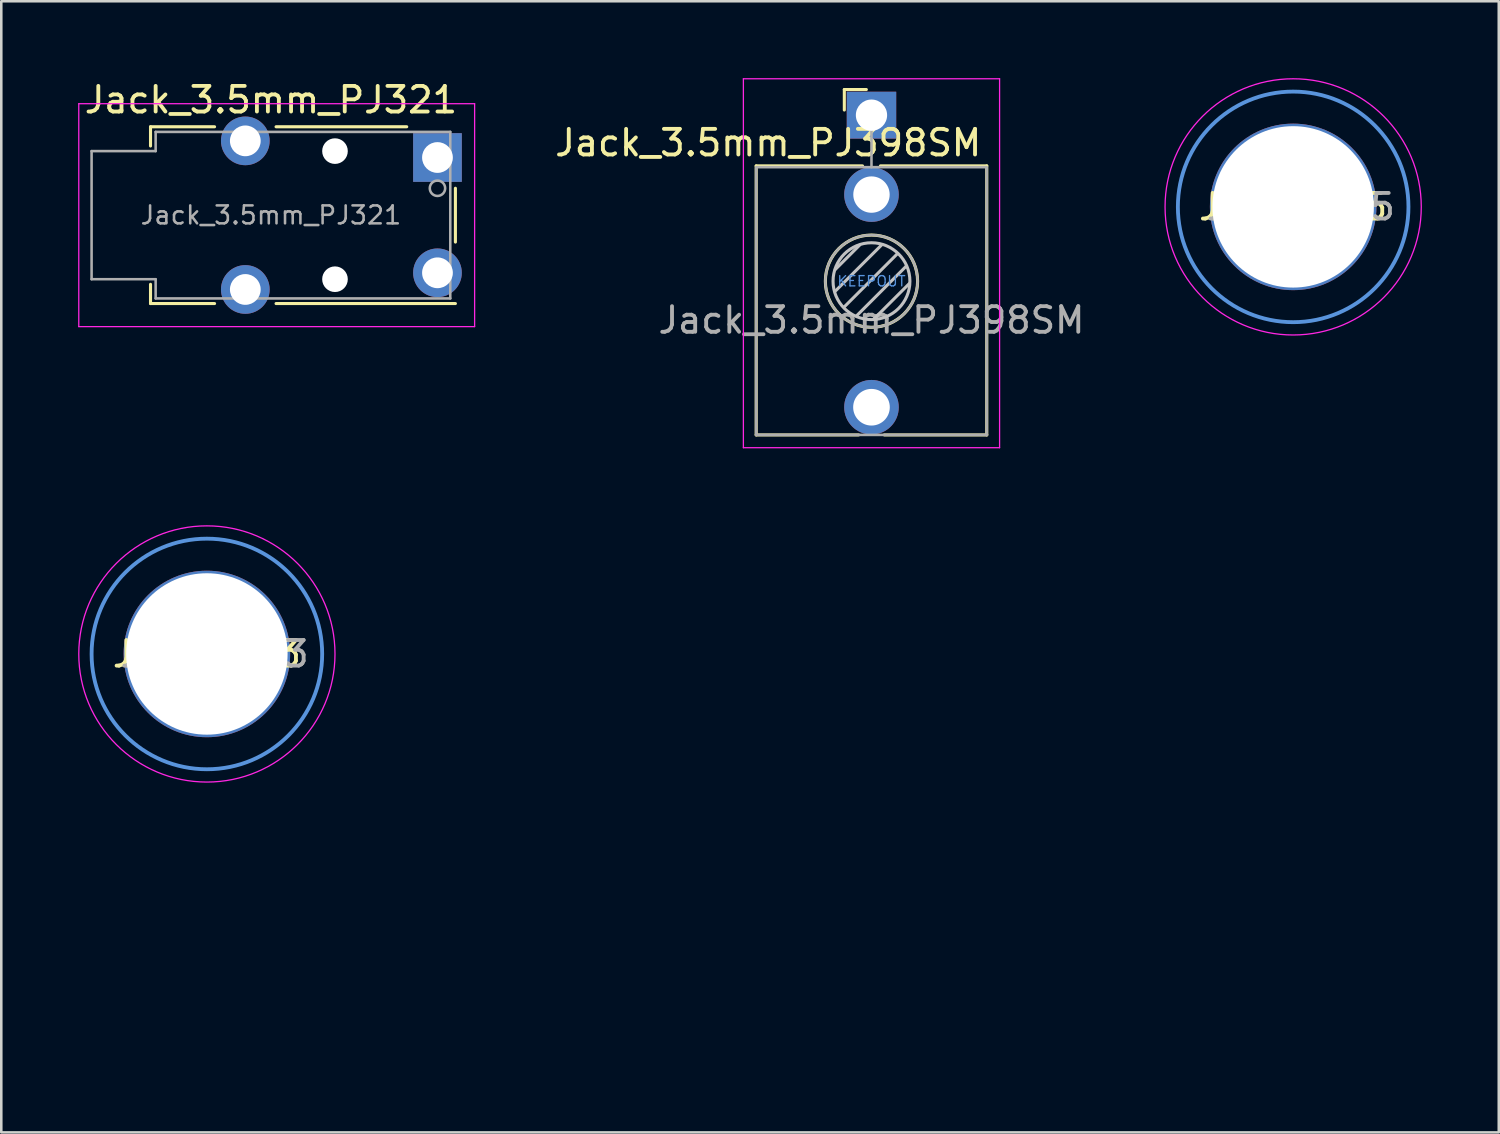
<source format=kicad_pcb>
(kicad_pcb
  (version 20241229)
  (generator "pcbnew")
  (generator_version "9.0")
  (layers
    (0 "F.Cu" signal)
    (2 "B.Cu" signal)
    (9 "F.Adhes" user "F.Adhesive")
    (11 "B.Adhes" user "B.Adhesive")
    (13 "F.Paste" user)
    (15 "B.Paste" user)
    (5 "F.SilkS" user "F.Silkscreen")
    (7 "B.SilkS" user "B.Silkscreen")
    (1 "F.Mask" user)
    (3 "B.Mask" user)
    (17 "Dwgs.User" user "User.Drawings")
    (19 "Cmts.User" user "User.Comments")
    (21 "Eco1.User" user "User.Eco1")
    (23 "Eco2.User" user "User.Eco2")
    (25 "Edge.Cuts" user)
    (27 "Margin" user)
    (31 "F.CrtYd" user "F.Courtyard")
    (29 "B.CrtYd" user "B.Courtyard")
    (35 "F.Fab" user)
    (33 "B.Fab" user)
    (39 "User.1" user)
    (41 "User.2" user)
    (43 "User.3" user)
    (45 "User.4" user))
  (footprint "Jack_3m5"
    (layer "F.Cu")
    (at 47.424 5.025)
    (property "Reference" "Jack_3m5" (at 0 0 0) (layer "F.SilkS") (effects (font (size 1 1) (thickness 0.15))))
    (attr exclude_from_pos_files exclude_from_bom)
    (fp_circle (center 0 0) (end 4.5 0) (stroke (width 0.15) (type solid)) (fill no) (layer "Cmts.User"))
    (fp_circle (center 0 0) (end 5 0) (stroke (width 0.05) (type solid)) (fill no) (layer "F.CrtYd"))
    (fp_text user "${REFERENCE}" (at 0.3 0 0) (layer "F.Fab") (effects (font (size 1 1) (thickness 0.15))))
    (pad "1" thru_hole circle (at 0 0) (size 6.5 6.5) (drill 6.3) (layers "*.Cu" "*.Mask")))
  (footprint "Jack_6m3"
    (layer "F.Cu")
    (at 5.025 22.475)
    (property "Reference" "Jack_6m3" (at 0 0 0) (layer "F.SilkS") (effects (font (size 1 1) (thickness 0.15))))
    (attr exclude_from_pos_files exclude_from_bom)
    (fp_circle (center 0 0) (end 4.5 0) (stroke (width 0.15) (type solid)) (fill no) (layer "Cmts.User"))
    (fp_circle (center 0 0) (end 5 0) (stroke (width 0.05) (type solid)) (fill no) (layer "F.CrtYd"))
    (fp_text user "${REFERENCE}" (at 0.3 0 0) (layer "F.Fab") (effects (font (size 1 1) (thickness 0.15))))
    (pad "1" thru_hole circle (at 0 0) (size 6.5 6.5) (drill 6.3) (layers "*.Cu" "*.Mask")))
  (footprint "Johansen_engineering_soldermask_20mm"
    (layer "F.Cu")
    (at 23.883 32.231)
    (property "Reference" "Johansen_engineering_soldermask_20mm" (at 0 4.5 0) (layer "F.Mask") (effects (font (size 1.524 1.524) (thickness 0.3))))
    (attr through_hole)
    (fp_poly (pts (xy 7.935 -0.009) (xy 7.959 0.032) (xy 7.96 0.077) (xy 7.941 0.117) (xy 7.934 0.125) (xy 7.904 0.152) (xy -5.281 0.152) (xy -5.308 0.119) (xy -5.326 0.087) (xy -5.334 0.057) (xy -5.334 0.057) (xy -5.326 0.027) (xy -5.308 -0.004) (xy -5.308 -0.005) (xy -5.281 -0.038) (xy 1.313 -0.038) (xy 7.908 -0.038) (xy 7.935 -0.009)) (stroke (width 0.01) (type solid)) (fill yes) (layer "F.Mask"))
    (fp_poly (pts (xy -7.756 -0.036) (xy -7.708 -0.027) (xy -7.678 -0.01) (xy -7.662 0.018) (xy -7.658 0.057) (xy -7.662 0.097) (xy -7.678 0.124) (xy -7.707 0.141) (xy -7.755 0.15) (xy -7.824 0.152) (xy -7.827 0.152) (xy -7.884 0.152) (xy -7.922 0.149) (xy -7.946 0.144) (xy -7.963 0.133) (xy -7.973 0.123) (xy -7.997 0.082) (xy -7.998 0.037) (xy -7.979 -0.003) (xy -7.972 -0.01) (xy -7.954 -0.024) (xy -7.933 -0.032) (xy -7.902 -0.036) (xy -7.855 -0.038) (xy -7.826 -0.038) (xy -7.756 -0.036)) (stroke (width 0.01) (type solid)) (fill yes) (layer "F.Mask"))
    (fp_poly (pts (xy -6.944 -0.976) (xy -6.91 -0.956) (xy -6.892 -0.924) (xy -6.89 -0.907) (xy -6.889 -0.867) (xy -6.888 -0.805) (xy -6.887 -0.724) (xy -6.886 -0.625) (xy -6.885 -0.512) (xy -6.885 -0.385) (xy -6.884 -0.247) (xy -6.884 -0.099) (xy -6.884 0.055) (xy -6.884 0.074) (xy -6.883 1.043) (xy -6.915 1.074) (xy -6.951 1.1) (xy -6.987 1.101) (xy -7.028 1.079) (xy -7.028 1.079) (xy -7.061 1.052) (xy -7.061 0.068) (xy -7.061 -0.141) (xy -7.061 -0.325) (xy -7.06 -0.485) (xy -7.059 -0.62) (xy -7.057 -0.731) (xy -7.055 -0.818) (xy -7.053 -0.882) (xy -7.051 -0.923) (xy -7.048 -0.941) (xy -7.048 -0.941) (xy -7.02 -0.969) (xy -6.983 -0.981) (xy -6.944 -0.976)) (stroke (width 0.01) (type solid)) (fill yes) (layer "F.Mask"))
    (fp_poly (pts (xy -7.295 -0.287) (xy -7.263 -0.268) (xy -7.253 -0.259) (xy -7.246 -0.25) (xy -7.24 -0.235) (xy -7.236 -0.213) (xy -7.234 -0.179) (xy -7.232 -0.13) (xy -7.23 -0.064) (xy -7.229 0.024) (xy -7.229 0.05) (xy -7.225 0.343) (xy -7.257 0.375) (xy -7.297 0.401) (xy -7.336 0.403) (xy -7.374 0.38) (xy -7.376 0.377) (xy -7.385 0.367) (xy -7.392 0.355) (xy -7.397 0.337) (xy -7.4 0.312) (xy -7.402 0.274) (xy -7.404 0.222) (xy -7.404 0.15) (xy -7.404 0.057) (xy -7.404 0.055) (xy -7.404 -0.038) (xy -7.404 -0.109) (xy -7.403 -0.162) (xy -7.401 -0.199) (xy -7.397 -0.225) (xy -7.393 -0.242) (xy -7.386 -0.253) (xy -7.377 -0.262) (xy -7.375 -0.264) (xy -7.336 -0.288) (xy -7.295 -0.287)) (stroke (width 0.01) (type solid)) (fill yes) (layer "F.Mask"))
    (fp_poly (pts (xy -5.9 -0.972) (xy -5.878 -0.953) (xy -5.874 -0.947) (xy -5.87 -0.938) (xy -5.867 -0.926) (xy -5.864 -0.907) (xy -5.862 -0.882) (xy -5.86 -0.847) (xy -5.858 -0.801) (xy -5.857 -0.743) (xy -5.856 -0.67) (xy -5.856 -0.582) (xy -5.855 -0.475) (xy -5.855 -0.349) (xy -5.855 -0.203) (xy -5.855 -0.033) (xy -5.855 0.059) (xy -5.855 1.043) (xy -5.886 1.074) (xy -5.924 1.1) (xy -5.961 1.101) (xy -5.999 1.076) (xy -6.001 1.074) (xy -6.032 1.043) (xy -6.032 0.059) (xy -6.032 -0.122) (xy -6.032 -0.28) (xy -6.032 -0.416) (xy -6.032 -0.532) (xy -6.031 -0.629) (xy -6.031 -0.709) (xy -6.029 -0.774) (xy -6.028 -0.826) (xy -6.026 -0.866) (xy -6.024 -0.896) (xy -6.022 -0.918) (xy -6.019 -0.933) (xy -6.015 -0.943) (xy -6.011 -0.95) (xy -6.009 -0.953) (xy -5.975 -0.978) (xy -5.944 -0.982) (xy -5.9 -0.972)) (stroke (width 0.01) (type solid)) (fill yes) (layer "F.Mask"))
    (fp_poly (pts (xy -6.229 -1.306) (xy -6.224 -1.3) (xy -6.22 -1.294) (xy -6.216 -1.288) (xy -6.213 -1.279) (xy -6.21 -1.266) (xy -6.207 -1.248) (xy -6.205 -1.223) (xy -6.203 -1.19) (xy -6.202 -1.148) (xy -6.201 -1.094) (xy -6.2 -1.027) (xy -6.199 -0.946) (xy -6.198 -0.85) (xy -6.198 -0.736) (xy -6.198 -0.604) (xy -6.198 -0.452) (xy -6.198 -0.279) (xy -6.198 -0.083) (xy -6.198 0.063) (xy -6.198 1.393) (xy -6.227 1.42) (xy -6.267 1.443) (xy -6.309 1.444) (xy -6.347 1.423) (xy -6.35 1.42) (xy -6.354 1.415) (xy -6.357 1.409) (xy -6.361 1.401) (xy -6.363 1.388) (xy -6.366 1.371) (xy -6.368 1.346) (xy -6.37 1.312) (xy -6.371 1.269) (xy -6.372 1.215) (xy -6.373 1.147) (xy -6.374 1.066) (xy -6.375 0.969) (xy -6.375 0.854) (xy -6.375 0.721) (xy -6.375 0.568) (xy -6.375 0.393) (xy -6.375 0.196) (xy -6.375 0.057) (xy -6.375 -1.278) (xy -6.346 -1.306) (xy -6.306 -1.33) (xy -6.265 -1.33) (xy -6.229 -1.306)) (stroke (width 0.01) (type solid)) (fill yes) (layer "F.Mask"))
    (fp_poly (pts (xy -6.586 -0.627) (xy -6.584 -0.625) (xy -6.574 -0.618) (xy -6.566 -0.608) (xy -6.559 -0.593) (xy -6.554 -0.571) (xy -6.55 -0.54) (xy -6.546 -0.498) (xy -6.544 -0.443) (xy -6.542 -0.373) (xy -6.541 -0.285) (xy -6.541 -0.177) (xy -6.541 -0.048) (xy -6.54 0.067) (xy -6.541 0.209) (xy -6.541 0.328) (xy -6.541 0.426) (xy -6.542 0.505) (xy -6.543 0.568) (xy -6.544 0.616) (xy -6.546 0.652) (xy -6.549 0.677) (xy -6.552 0.695) (xy -6.556 0.707) (xy -6.561 0.715) (xy -6.566 0.722) (xy -6.601 0.744) (xy -6.642 0.75) (xy -6.68 0.738) (xy -6.699 0.721) (xy -6.703 0.712) (xy -6.707 0.698) (xy -6.71 0.676) (xy -6.712 0.645) (xy -6.714 0.602) (xy -6.716 0.545) (xy -6.717 0.473) (xy -6.718 0.383) (xy -6.718 0.272) (xy -6.718 0.14) (xy -6.718 0.054) (xy -6.718 -0.089) (xy -6.718 -0.21) (xy -6.718 -0.309) (xy -6.717 -0.39) (xy -6.716 -0.454) (xy -6.715 -0.503) (xy -6.713 -0.539) (xy -6.71 -0.565) (xy -6.707 -0.583) (xy -6.703 -0.595) (xy -6.698 -0.604) (xy -6.693 -0.61) (xy -6.66 -0.629) (xy -6.62 -0.635) (xy -6.586 -0.627)) (stroke (width 0.01) (type solid)) (fill yes) (layer "F.Mask"))
    (fp_poly (pts (xy -5.57 -0.616) (xy -5.563 -0.61) (xy -5.557 -0.603) (xy -5.552 -0.595) (xy -5.548 -0.583) (xy -5.545 -0.564) (xy -5.542 -0.537) (xy -5.541 -0.5) (xy -5.539 -0.45) (xy -5.538 -0.386) (xy -5.538 -0.304) (xy -5.537 -0.204) (xy -5.537 -0.082) (xy -5.537 0.054) (xy -5.537 0.2) (xy -5.538 0.323) (xy -5.538 0.424) (xy -5.539 0.507) (xy -5.54 0.572) (xy -5.542 0.622) (xy -5.544 0.66) (xy -5.547 0.687) (xy -5.55 0.705) (xy -5.554 0.717) (xy -5.557 0.721) (xy -5.587 0.744) (xy -5.626 0.75) (xy -5.666 0.739) (xy -5.689 0.722) (xy -5.695 0.715) (xy -5.7 0.706) (xy -5.704 0.694) (xy -5.707 0.676) (xy -5.71 0.649) (xy -5.712 0.613) (xy -5.713 0.564) (xy -5.714 0.5) (xy -5.715 0.42) (xy -5.715 0.32) (xy -5.715 0.2) (xy -5.715 0.057) (xy -5.715 -0.086) (xy -5.715 -0.207) (xy -5.715 -0.306) (xy -5.714 -0.386) (xy -5.713 -0.45) (xy -5.712 -0.499) (xy -5.71 -0.535) (xy -5.707 -0.561) (xy -5.704 -0.58) (xy -5.7 -0.592) (xy -5.695 -0.6) (xy -5.689 -0.607) (xy -5.652 -0.63) (xy -5.609 -0.633) (xy -5.57 -0.616)) (stroke (width 0.01) (type solid)) (fill yes) (layer "F.Mask"))
    (fp_text user "Johansen Engineering" (at 1.5 -1 0) (layer "F.Mask") (effects (font (size 0.8 0.8) (thickness 0.15)))))
  (footprint "Jack_3.5mm_PJ398SM"
    (layer "F.Cu")
    (at 30.965 1.445)
    (property "Reference" "Jack_3.5mm_PJ398SM" (at -4.03 1.08 180) (layer "F.SilkS") (effects (font (size 1 1) (thickness 0.15))))
    (attr through_hole)
    (fp_line (start -4.5 1.98) (end -4.5 12.48) (stroke (width 0.12) (type solid)) (layer "F.SilkS"))
    (fp_line (start -1.06 -1) (end -1.06 -0.2) (stroke (width 0.12) (type solid)) (layer "F.SilkS"))
    (fp_line (start -1.06 -1) (end -0.2 -1) (stroke (width 0.12) (type solid)) (layer "F.SilkS"))
    (fp_line (start -0.5 12.48) (end -4.5 12.48) (stroke (width 0.12) (type solid)) (layer "F.SilkS"))
    (fp_line (start -0.35 1.98) (end -4.5 1.98) (stroke (width 0.12) (type solid)) (layer "F.SilkS"))
    (fp_line (start 4.5 1.98) (end 0.35 1.98) (stroke (width 0.12) (type solid)) (layer "F.SilkS"))
    (fp_line (start 4.5 1.98) (end 4.5 12.48) (stroke (width 0.12) (type solid)) (layer "F.SilkS"))
    (fp_line (start 4.5 12.48) (end 0.5 12.48) (stroke (width 0.12) (type solid)) (layer "F.SilkS"))
    (fp_circle (center 0 6.48) (end 1.8 6.48) (stroke (width 0.12) (type solid)) (fill no) (layer "F.SilkS"))
    (fp_line (start -1.42 6.875) (end 0.4 5.06) (stroke (width 0.12) (type solid)) (layer "Dwgs.User"))
    (fp_line (start -1.41 6.02) (end -0.46 5.07) (stroke (width 0.12) (type solid)) (layer "Dwgs.User"))
    (fp_line (start -1.07 7.49) (end 1.01 5.41) (stroke (width 0.12) (type solid)) (layer "Dwgs.User"))
    (fp_line (start -0.58 7.83) (end 1.36 5.89) (stroke (width 0.12) (type solid)) (layer "Dwgs.User"))
    (fp_line (start 0.09 7.96) (end 1.48 6.57) (stroke (width 0.12) (type solid)) (layer "Dwgs.User"))
    (fp_circle (center 0 6.48) (end 1.5 6.48) (stroke (width 0.12) (type solid)) (fill no) (layer "Dwgs.User"))
    (fp_line (start -5 12.98) (end -5 -1.42) (stroke (width 0.05) (type solid)) (layer "F.CrtYd"))
    (fp_line (start 5 -1.42) (end -5 -1.42) (stroke (width 0.05) (type solid)) (layer "F.CrtYd"))
    (fp_line (start 5 12.98) (end -5 12.98) (stroke (width 0.05) (type solid)) (layer "F.CrtYd"))
    (fp_line (start 5 12.98) (end 5 -1.42) (stroke (width 0.05) (type solid)) (layer "F.CrtYd"))
    (fp_line (start -4.5 12.48) (end -4.5 2.08) (stroke (width 0.1) (type solid)) (layer "F.Fab"))
    (fp_line (start 0 0) (end 0 2.03) (stroke (width 0.1) (type solid)) (layer "F.Fab"))
    (fp_line (start 4.5 2.03) (end -4.5 2.03) (stroke (width 0.1) (type solid)) (layer "F.Fab"))
    (fp_line (start 4.5 12.48) (end -4.5 12.48) (stroke (width 0.1) (type solid)) (layer "F.Fab"))
    (fp_line (start 4.5 12.48) (end 4.5 2.08) (stroke (width 0.1) (type solid)) (layer "F.Fab"))
    (fp_circle (center 0 6.48) (end 1.8 6.48) (stroke (width 0.1) (type solid)) (fill no) (layer "F.Fab"))
    (fp_text user "KEEPOUT" (at 0 6.48 0) (layer "Cmts.User") (effects (font (size 0.4 0.4) (thickness 0.051))))
    (fp_text user "${REFERENCE}" (at 0 8 180) (layer "F.Fab") (effects (font (size 1 1) (thickness 0.15))))
    (pad "S" thru_hole rect (at 0 0 180) (size 1.93 1.83) (drill 1.22) (layers "*.Cu" "*.Mask"))
    (pad "T" thru_hole circle (at 0 11.4 180) (size 2.13 2.13) (drill 1.43) (layers "*.Cu" "*.Mask"))
    (pad "TN" thru_hole circle (at 0 3.1 180) (size 2.13 2.13) (drill 1.42) (layers "*.Cu" "*.Mask")))
  (footprint "Jack_3.5mm_PJ321"
    (layer "F.Cu")
    (at 7.525 5.348)
    (property "Reference" "Jack_3.5mm_PJ321" (at 0 -4.5 0) (layer "F.SilkS") (effects (font (size 1 1) (thickness 0.15))))
    (attr through_hole)
    (fp_line (start -4.7 -3.45) (end -2.2 -3.45) (stroke (width 0.12) (type solid)) (layer "F.SilkS"))
    (fp_line (start -4.7 -2.7) (end -4.7 -3.45) (stroke (width 0.12) (type solid)) (layer "F.SilkS"))
    (fp_line (start -4.7 3.45) (end -4.7 2.7) (stroke (width 0.12) (type solid)) (layer "F.SilkS"))
    (fp_line (start -2.2 3.45) (end -4.7 3.45) (stroke (width 0.12) (type solid)) (layer "F.SilkS"))
    (fp_line (start 0.2 -3.45) (end 5.3 -3.45) (stroke (width 0.12) (type solid)) (layer "F.SilkS"))
    (fp_line (start 0.2 3.45) (end 7.2 3.45) (stroke (width 0.12) (type solid)) (layer "F.SilkS"))
    (fp_line (start 7.2 -1.05) (end 7.2 1.05) (stroke (width 0.12) (type solid)) (layer "F.SilkS"))
    (fp_line (start -7.5 -4.35) (end -7.5 4.35) (stroke (width 0.05) (type solid)) (layer "F.CrtYd"))
    (fp_line (start -7.5 4.35) (end 7.95 4.35) (stroke (width 0.05) (type solid)) (layer "F.CrtYd"))
    (fp_line (start 7.95 -4.35) (end -7.5 -4.35) (stroke (width 0.05) (type solid)) (layer "F.CrtYd"))
    (fp_line (start 7.95 4.35) (end 7.95 -4.35) (stroke (width 0.05) (type solid)) (layer "F.CrtYd"))
    (fp_line (start -7 -2.5) (end -4.5 -2.5) (stroke (width 0.1) (type solid)) (layer "F.Fab"))
    (fp_line (start -7 2.5) (end -7 -2.5) (stroke (width 0.1) (type solid)) (layer "F.Fab"))
    (fp_line (start -4.5 -3.25) (end 7 -3.25) (stroke (width 0.1) (type solid)) (layer "F.Fab"))
    (fp_line (start -4.5 -2.5) (end -4.5 -3.25) (stroke (width 0.1) (type solid)) (layer "F.Fab"))
    (fp_line (start -4.5 2.5) (end -7 2.5) (stroke (width 0.1) (type solid)) (layer "F.Fab"))
    (fp_line (start -4.5 3.25) (end -4.5 2.5) (stroke (width 0.1) (type solid)) (layer "F.Fab"))
    (fp_line (start 7 -3.25) (end 7 3.25) (stroke (width 0.1) (type solid)) (layer "F.Fab"))
    (fp_line (start 7 3.25) (end -4.5 3.25) (stroke (width 0.1) (type solid)) (layer "F.Fab"))
    (fp_circle (center 6.5 -1.05) (end 6.8 -1.05) (stroke (width 0.1) (type solid)) (fill no) (layer "F.Fab"))
    (fp_text user "${REFERENCE}" (at 0 0 0) (layer "F.Fab") (effects (font (size 0.7 0.7) (thickness 0.1))))
    (pad "" np_thru_hole circle (at 2.5 -2.5) (size 1 1) (drill 1) (layers "*.Cu" "*.Mask"))
    (pad "" np_thru_hole circle (at 2.5 2.5) (size 1 1) (drill 1) (layers "*.Cu" "*.Mask"))
    (pad "R" thru_hole rect (at 6.5 -2.25) (size 1.9 1.9) (drill 1.2) (layers "*.Cu" "*.Mask"))
    (pad "S" thru_hole circle (at 6.5 2.25) (size 1.9 1.9) (drill 1.2) (layers "*.Cu" "*.Mask"))
    (pad "T" thru_hole circle (at -1 -2.9) (size 1.9 1.9) (drill 1.2) (layers "*.Cu" "*.Mask"))
    (pad "T" thru_hole circle (at -1 2.9) (size 1.9 1.9) (drill 1.2) (layers "*.Cu" "*.Mask")))
  (gr_rect
    (start -3 -3)
    (end 55.449 41.149)
    (stroke (width 0.1) (type default))
    (fill no)
    (layer "Edge.Cuts")))
</source>
